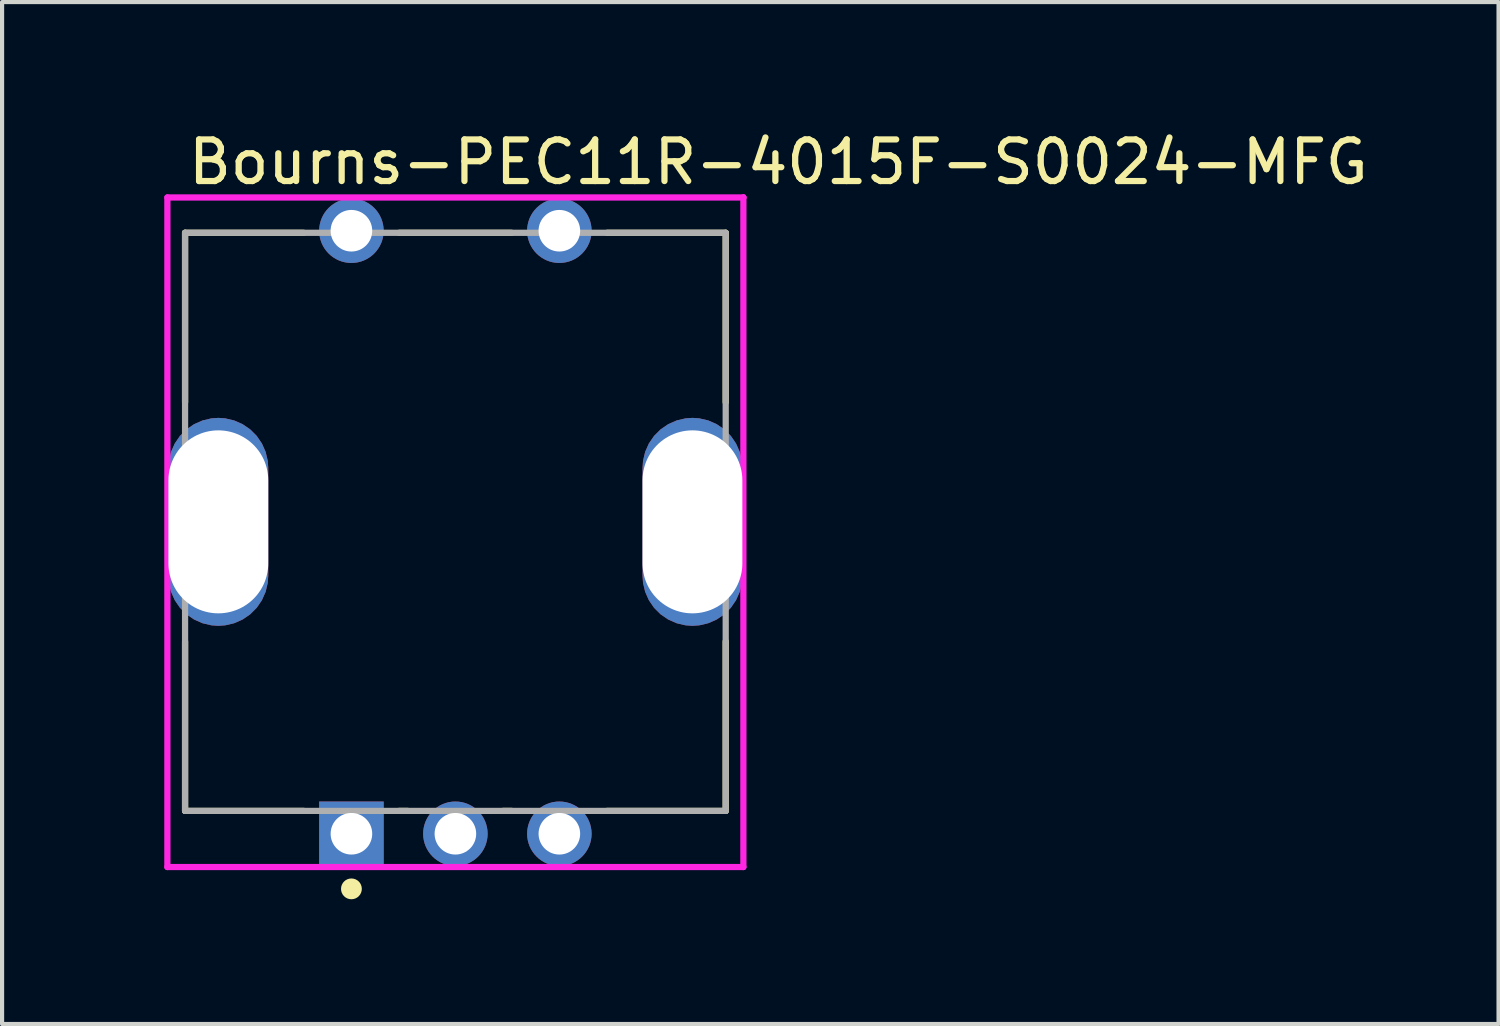
<source format=kicad_pcb>
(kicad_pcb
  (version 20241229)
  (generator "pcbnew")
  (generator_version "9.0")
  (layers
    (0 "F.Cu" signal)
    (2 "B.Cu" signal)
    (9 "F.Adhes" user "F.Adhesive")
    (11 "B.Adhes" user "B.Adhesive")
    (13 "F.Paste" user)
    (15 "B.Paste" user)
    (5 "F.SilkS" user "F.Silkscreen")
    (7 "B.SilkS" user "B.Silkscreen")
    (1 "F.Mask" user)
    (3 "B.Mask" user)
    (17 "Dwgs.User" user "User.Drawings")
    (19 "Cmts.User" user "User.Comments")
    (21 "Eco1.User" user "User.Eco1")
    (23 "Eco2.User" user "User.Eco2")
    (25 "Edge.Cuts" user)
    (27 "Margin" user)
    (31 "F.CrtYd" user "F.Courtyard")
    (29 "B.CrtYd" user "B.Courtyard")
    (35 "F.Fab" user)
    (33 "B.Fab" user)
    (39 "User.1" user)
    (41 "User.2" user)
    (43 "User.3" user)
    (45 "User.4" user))
  (footprint "Bourns-PEC11R-4015F-S0024-MFG"
    (layer "F.Cu")
    (at 7.9 9.498)
    (property "Reference" "Bourns-PEC11R-4015F-S0024-MFG" (at -6.5 -8.65 0) (layer "F.SilkS") (effects (font (size 1 1) (thickness 0.15)) (justify left)))
    (attr through_hole)
    (fp_line (start -6.5 -6.95) (end -3.65 -6.95) (stroke (width 0.15) (type solid)) (layer "F.SilkS"))
    (fp_line (start -6.5 -2.875) (end -6.5 -6.95) (stroke (width 0.15) (type solid)) (layer "F.SilkS"))
    (fp_line (start -6.5 6.95) (end -6.5 2.875) (stroke (width 0.15) (type solid)) (layer "F.SilkS"))
    (fp_line (start -6.5 6.95) (end -3.65 6.95) (stroke (width 0.15) (type solid)) (layer "F.SilkS"))
    (fp_line (start -1.35 -6.95) (end 1.35 -6.95) (stroke (width 0.15) (type solid)) (layer "F.SilkS"))
    (fp_line (start -1.35 6.95) (end -1.15 6.95) (stroke (width 0.15) (type solid)) (layer "F.SilkS"))
    (fp_line (start 1.15 6.95) (end 1.35 6.95) (stroke (width 0.15) (type solid)) (layer "F.SilkS"))
    (fp_line (start 3.65 -6.95) (end 6.5 -6.95) (stroke (width 0.15) (type solid)) (layer "F.SilkS"))
    (fp_line (start 3.65 6.95) (end 6.5 6.95) (stroke (width 0.15) (type solid)) (layer "F.SilkS"))
    (fp_line (start 6.5 -2.875) (end 6.5 -6.95) (stroke (width 0.15) (type solid)) (layer "F.SilkS"))
    (fp_line (start 6.5 6.95) (end 6.5 2.875) (stroke (width 0.15) (type solid)) (layer "F.SilkS"))
    (fp_circle (center -2.5 8.825) (end -2.375 8.825) (stroke (width 0.25) (type solid)) (fill no) (layer "F.SilkS"))
    (fp_line (start -6.925 -7.8) (end -6.925 8.3) (stroke (width 0.15) (type solid)) (layer "F.CrtYd"))
    (fp_line (start -6.925 8.3) (end 6.925 8.3) (stroke (width 0.15) (type solid)) (layer "F.CrtYd"))
    (fp_line (start 6.925 -7.8) (end -6.925 -7.8) (stroke (width 0.15) (type solid)) (layer "F.CrtYd"))
    (fp_line (start 6.925 -7.8) (end 6.925 -7.8) (stroke (width 0.15) (type solid)) (layer "F.CrtYd"))
    (fp_line (start 6.925 8.3) (end 6.925 -7.8) (stroke (width 0.15) (type solid)) (layer "F.CrtYd"))
    (fp_line (start -6.5 -6.95) (end 6.5 -6.95) (stroke (width 0.15) (type solid)) (layer "F.Fab"))
    (fp_line (start -6.5 6.95) (end -6.5 -6.95) (stroke (width 0.15) (type solid)) (layer "F.Fab"))
    (fp_line (start 6.5 -6.95) (end 6.5 6.95) (stroke (width 0.15) (type solid)) (layer "F.Fab"))
    (fp_line (start 6.5 6.95) (end -6.5 6.95) (stroke (width 0.15) (type solid)) (layer "F.Fab"))
    (pad "1" thru_hole circle (at -2.5 -7) (size 1.55 1.55) (drill 1) (layers "*.Cu"))
    (pad "2" thru_hole circle (at 2.5 -7) (size 1.55 1.55) (drill 1) (layers "*.Cu"))
    (pad "3" thru_hole roundrect (at -5.7 0) (size 2.4 5) (drill oval 4.4) (layers "*.Cu") (roundrect_rratio 0.5))
    (pad "4" thru_hole roundrect (at 5.7 0) (size 2.4 5) (drill oval 4.4) (layers "*.Cu") (roundrect_rratio 0.5))
    (pad "A" thru_hole rect (at -2.5 7.5) (size 1.55 1.55) (drill 1) (layers "*.Cu"))
    (pad "B" thru_hole circle (at 2.5 7.5) (size 1.55 1.55) (drill 1) (layers "*.Cu"))
    (pad "C" thru_hole circle (at 0 7.5) (size 1.55 1.55) (drill 1) (layers "*.Cu")))
  (gr_rect
    (start -3 -3)
    (end 32.983 21.573)
    (stroke (width 0.1) (type default))
    (fill no)
    (layer "Edge.Cuts")))
</source>
